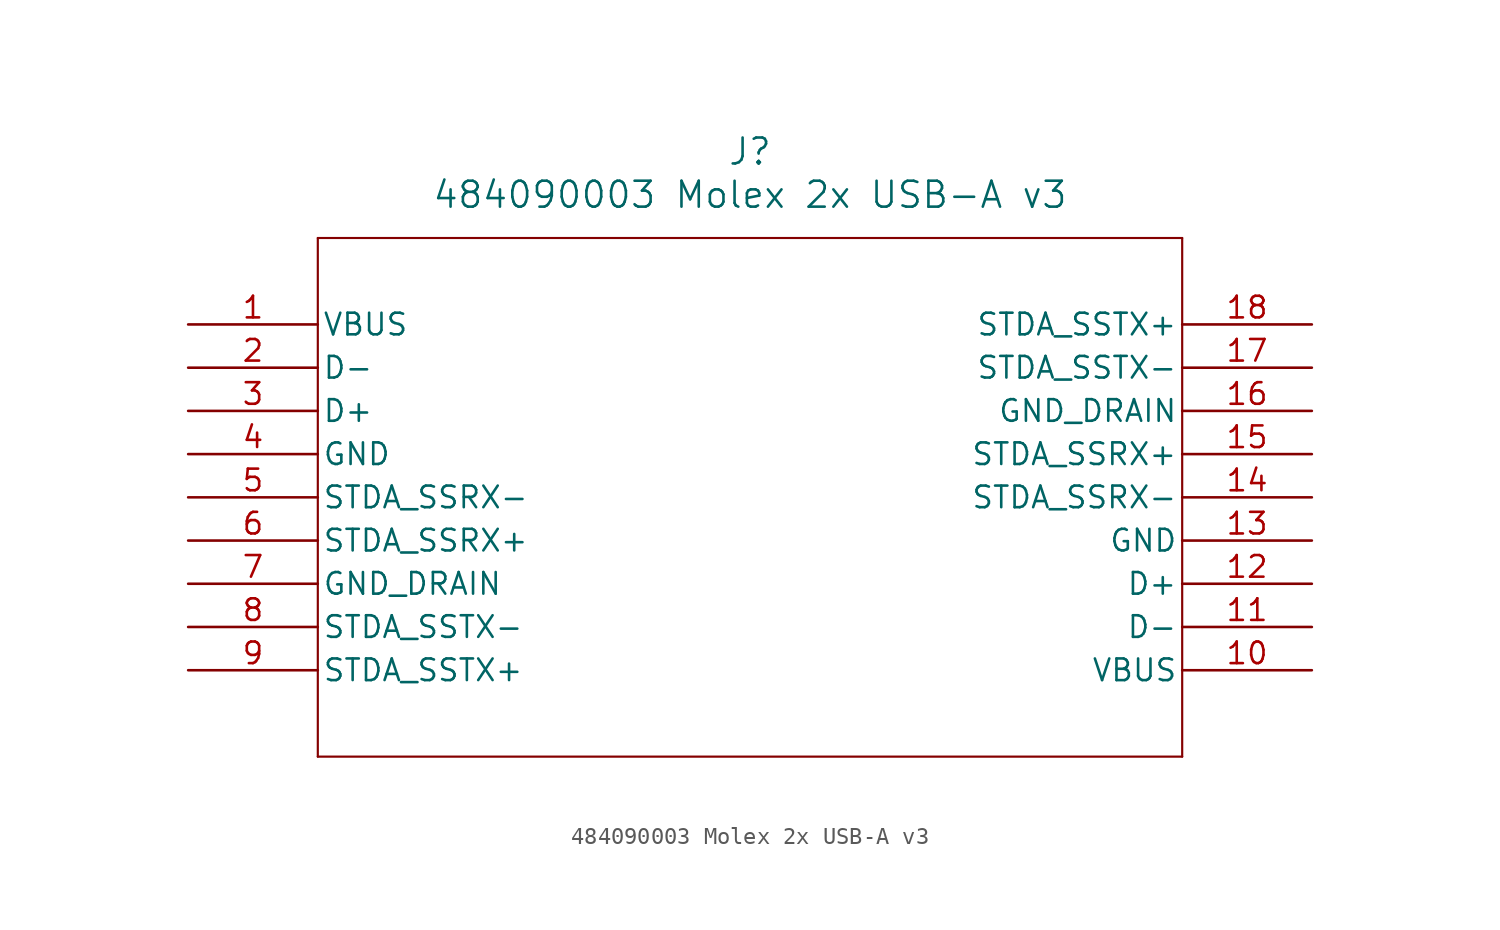
<source format=kicad_sym>
(kicad_symbol_lib
  (version 20220914)
  (generator kicad_symbol_editor)
  (symbol "484090003 Molex 2x USB-A v3"
    (pin_names
      (offset 0.254))
    (property "Reference" "J"
      (at 33.02 10.16 0)
      (effects (font (size 1.524 1.524))))
    (property "Value" "484090003 Molex 2x USB-A v3"
      (at 33.02 7.62 0)
      (effects (font (size 1.524 1.524))))
    (property "ki_locked" ""
      (at 0 0 0)
      (effects (font (size 1.27 1.27))))
    (symbol "484090003 Molex 2x USB-A v3_0_1"
      (polyline (pts (xy 7.62 -25.4) (xy 58.42 -25.4)) (stroke (width 0.127) (type default)) (fill (type none)))
      (polyline (pts (xy 7.62 5.08) (xy 7.62 -25.4)) (stroke (width 0.127) (type default)) (fill (type none)))
      (polyline (pts (xy 58.42 -25.4) (xy 58.42 5.08)) (stroke (width 0.127) (type default)) (fill (type none)))
      (polyline (pts (xy 58.42 5.08) (xy 7.62 5.08)) (stroke (width 0.127) (type default)) (fill (type none)))
      (pin power_in line (at 0 0 0) (length 7.62) (name "VBUS" (effects (font (size 1.27 1.27)))) (number "1" (effects (font (size 1.27 1.27)))))
      (pin power_in line (at 66.04 -20.32 180) (length 7.62) (name "VBUS" (effects (font (size 1.27 1.27)))) (number "10" (effects (font (size 1.27 1.27)))))
      (pin bidirectional line (at 66.04 -17.78 180) (length 7.62) (name "D-" (effects (font (size 1.27 1.27)))) (number "11" (effects (font (size 1.27 1.27)))))
      (pin bidirectional line (at 66.04 -15.24 180) (length 7.62) (name "D+" (effects (font (size 1.27 1.27)))) (number "12" (effects (font (size 1.27 1.27)))))
      (pin power_out line (at 66.04 -12.7 180) (length 7.62) (name "GND" (effects (font (size 1.27 1.27)))) (number "13" (effects (font (size 1.27 1.27)))))
      (pin input line (at 66.04 -10.16 180) (length 7.62) (name "STDA_SSRX-" (effects (font (size 1.27 1.27)))) (number "14" (effects (font (size 1.27 1.27)))))
      (pin input line (at 66.04 -7.62 180) (length 7.62) (name "STDA_SSRX+" (effects (font (size 1.27 1.27)))) (number "15" (effects (font (size 1.27 1.27)))))
      (pin power_out line (at 66.04 -5.08 180) (length 7.62) (name "GND_DRAIN" (effects (font (size 1.27 1.27)))) (number "16" (effects (font (size 1.27 1.27)))))
      (pin output line (at 66.04 -2.54 180) (length 7.62) (name "STDA_SSTX-" (effects (font (size 1.27 1.27)))) (number "17" (effects (font (size 1.27 1.27)))))
      (pin output line (at 66.04 0 180) (length 7.62) (name "STDA_SSTX+" (effects (font (size 1.27 1.27)))) (number "18" (effects (font (size 1.27 1.27)))))
      (pin bidirectional line (at 0 -2.54 0) (length 7.62) (name "D-" (effects (font (size 1.27 1.27)))) (number "2" (effects (font (size 1.27 1.27)))))
      (pin bidirectional line (at 0 -5.08 0) (length 7.62) (name "D+" (effects (font (size 1.27 1.27)))) (number "3" (effects (font (size 1.27 1.27)))))
      (pin power_out line (at 0 -7.62 0) (length 7.62) (name "GND" (effects (font (size 1.27 1.27)))) (number "4" (effects (font (size 1.27 1.27)))))
      (pin input line (at 0 -10.16 0) (length 7.62) (name "STDA_SSRX-" (effects (font (size 1.27 1.27)))) (number "5" (effects (font (size 1.27 1.27)))))
      (pin input line (at 0 -12.7 0) (length 7.62) (name "STDA_SSRX+" (effects (font (size 1.27 1.27)))) (number "6" (effects (font (size 1.27 1.27)))))
      (pin power_out line (at 0 -15.24 0) (length 7.62) (name "GND_DRAIN" (effects (font (size 1.27 1.27)))) (number "7" (effects (font (size 1.27 1.27)))))
      (pin output line (at 0 -17.78 0) (length 7.62) (name "STDA_SSTX-" (effects (font (size 1.27 1.27)))) (number "8" (effects (font (size 1.27 1.27)))))
      (pin output line (at 0 -20.32 0) (length 7.62) (name "STDA_SSTX+" (effects (font (size 1.27 1.27)))) (number "9" (effects (font (size 1.27 1.27))))))))
</source>
